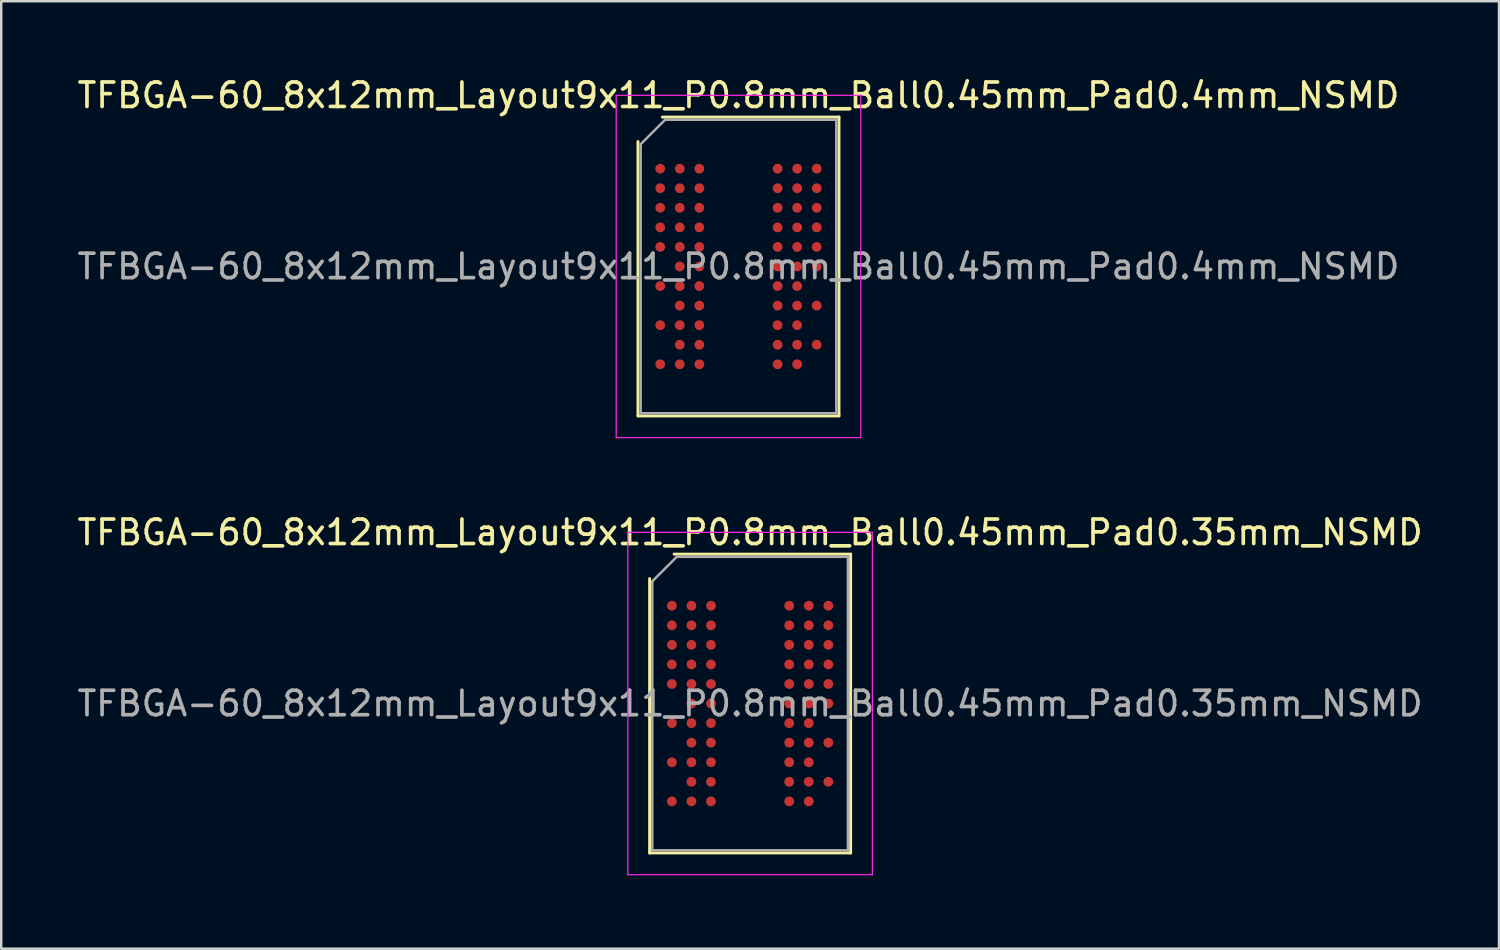
<source format=kicad_pcb>
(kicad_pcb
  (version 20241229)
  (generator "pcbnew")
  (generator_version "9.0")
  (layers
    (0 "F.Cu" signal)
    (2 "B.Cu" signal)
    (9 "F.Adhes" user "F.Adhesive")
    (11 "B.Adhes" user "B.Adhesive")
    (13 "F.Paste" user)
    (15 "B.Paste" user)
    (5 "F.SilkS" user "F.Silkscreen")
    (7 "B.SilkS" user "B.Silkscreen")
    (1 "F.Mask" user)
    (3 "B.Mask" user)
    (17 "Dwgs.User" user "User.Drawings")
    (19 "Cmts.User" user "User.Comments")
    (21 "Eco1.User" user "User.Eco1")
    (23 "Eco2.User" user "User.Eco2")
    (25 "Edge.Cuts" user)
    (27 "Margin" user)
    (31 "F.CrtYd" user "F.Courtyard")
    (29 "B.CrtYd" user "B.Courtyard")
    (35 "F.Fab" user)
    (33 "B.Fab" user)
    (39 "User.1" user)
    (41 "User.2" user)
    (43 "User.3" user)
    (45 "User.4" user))
  (footprint "TFBGA-60_8x12mm_Layout9x11_P0.8mm_Ball0.45mm_Pad0.35mm_NSMD"
    (layer "F.Cu")
    (at 27.625 25.721)
    (property "Reference" "TFBGA-60_8x12mm_Layout9x11_P0.8mm_Ball0.45mm_Pad0.35mm_NSMD" (at 0 -7 0) (layer "F.SilkS") (effects (font (size 1 1) (thickness 0.15))))
    (attr smd)
    (fp_line (start -4.11 6.11) (end -4.11 -5.11) (stroke (width 0.12) (type solid)) (layer "F.SilkS"))
    (fp_line (start -3.11 -6.11) (end 4.11 -6.11) (stroke (width 0.12) (type solid)) (layer "F.SilkS"))
    (fp_line (start 4.11 -6.11) (end 4.11 6.11) (stroke (width 0.12) (type solid)) (layer "F.SilkS"))
    (fp_line (start 4.11 6.11) (end -4.11 6.11) (stroke (width 0.12) (type solid)) (layer "F.SilkS"))
    (fp_line (start -5 -7) (end -5 7) (stroke (width 0.05) (type solid)) (layer "F.CrtYd"))
    (fp_line (start -5 7) (end 5 7) (stroke (width 0.05) (type solid)) (layer "F.CrtYd"))
    (fp_line (start 5 -7) (end -5 -7) (stroke (width 0.05) (type solid)) (layer "F.CrtYd"))
    (fp_line (start 5 7) (end 5 -7) (stroke (width 0.05) (type solid)) (layer "F.CrtYd"))
    (fp_line (start -4 -5) (end -3 -6) (stroke (width 0.1) (type solid)) (layer "F.Fab"))
    (fp_line (start -4 6) (end -4 -5) (stroke (width 0.1) (type solid)) (layer "F.Fab"))
    (fp_line (start -3 -6) (end 4 -6) (stroke (width 0.1) (type solid)) (layer "F.Fab"))
    (fp_line (start 4 -6) (end 4 6) (stroke (width 0.1) (type solid)) (layer "F.Fab"))
    (fp_line (start 4 6) (end -4 6) (stroke (width 0.1) (type solid)) (layer "F.Fab"))
    (fp_text user "${REFERENCE}" (at 0 0 0) (layer "F.Fab") (effects (font (size 1 1) (thickness 0.15))))
    (pad "A1" smd circle (at -3.2 -4) (size 0.4 0.4) (layers "F.Cu" "F.Mask" "F.Paste"))
    (pad "A2" smd circle (at -2.4 -4) (size 0.4 0.4) (layers "F.Cu" "F.Mask" "F.Paste"))
    (pad "A3" smd circle (at -1.6 -4) (size 0.4 0.4) (layers "F.Cu" "F.Mask" "F.Paste"))
    (pad "A7" smd circle (at 1.6 -4) (size 0.4 0.4) (layers "F.Cu" "F.Mask" "F.Paste"))
    (pad "A8" smd circle (at 2.4 -4) (size 0.4 0.4) (layers "F.Cu" "F.Mask" "F.Paste"))
    (pad "A9" smd circle (at 3.2 -4) (size 0.4 0.4) (layers "F.Cu" "F.Mask" "F.Paste"))
    (pad "B1" smd circle (at -3.2 -3.2) (size 0.4 0.4) (layers "F.Cu" "F.Mask" "F.Paste"))
    (pad "B2" smd circle (at -2.4 -3.2) (size 0.4 0.4) (layers "F.Cu" "F.Mask" "F.Paste"))
    (pad "B3" smd circle (at -1.6 -3.2) (size 0.4 0.4) (layers "F.Cu" "F.Mask" "F.Paste"))
    (pad "B7" smd circle (at 1.6 -3.2) (size 0.4 0.4) (layers "F.Cu" "F.Mask" "F.Paste"))
    (pad "B8" smd circle (at 2.4 -3.2) (size 0.4 0.4) (layers "F.Cu" "F.Mask" "F.Paste"))
    (pad "B9" smd circle (at 3.2 -3.2) (size 0.4 0.4) (layers "F.Cu" "F.Mask" "F.Paste"))
    (pad "C1" smd circle (at -3.2 -2.4) (size 0.4 0.4) (layers "F.Cu" "F.Mask" "F.Paste"))
    (pad "C2" smd circle (at -2.4 -2.4) (size 0.4 0.4) (layers "F.Cu" "F.Mask" "F.Paste"))
    (pad "C3" smd circle (at -1.6 -2.4) (size 0.4 0.4) (layers "F.Cu" "F.Mask" "F.Paste"))
    (pad "C7" smd circle (at 1.6 -2.4) (size 0.4 0.4) (layers "F.Cu" "F.Mask" "F.Paste"))
    (pad "C8" smd circle (at 2.4 -2.4) (size 0.4 0.4) (layers "F.Cu" "F.Mask" "F.Paste"))
    (pad "C9" smd circle (at 3.2 -2.4) (size 0.4 0.4) (layers "F.Cu" "F.Mask" "F.Paste"))
    (pad "D1" smd circle (at -3.2 -1.6) (size 0.4 0.4) (layers "F.Cu" "F.Mask" "F.Paste"))
    (pad "D2" smd circle (at -2.4 -1.6) (size 0.4 0.4) (layers "F.Cu" "F.Mask" "F.Paste"))
    (pad "D3" smd circle (at -1.6 -1.6) (size 0.4 0.4) (layers "F.Cu" "F.Mask" "F.Paste"))
    (pad "D7" smd circle (at 1.6 -1.6) (size 0.4 0.4) (layers "F.Cu" "F.Mask" "F.Paste"))
    (pad "D8" smd circle (at 2.4 -1.6) (size 0.4 0.4) (layers "F.Cu" "F.Mask" "F.Paste"))
    (pad "D9" smd circle (at 3.2 -1.6) (size 0.4 0.4) (layers "F.Cu" "F.Mask" "F.Paste"))
    (pad "E1" smd circle (at -3.2 -0.8) (size 0.4 0.4) (layers "F.Cu" "F.Mask" "F.Paste"))
    (pad "E2" smd circle (at -2.4 -0.8) (size 0.4 0.4) (layers "F.Cu" "F.Mask" "F.Paste"))
    (pad "E3" smd circle (at -1.6 -0.8) (size 0.4 0.4) (layers "F.Cu" "F.Mask" "F.Paste"))
    (pad "E7" smd circle (at 1.6 -0.8) (size 0.4 0.4) (layers "F.Cu" "F.Mask" "F.Paste"))
    (pad "E8" smd circle (at 2.4 -0.8) (size 0.4 0.4) (layers "F.Cu" "F.Mask" "F.Paste"))
    (pad "E9" smd circle (at 3.2 -0.8) (size 0.4 0.4) (layers "F.Cu" "F.Mask" "F.Paste"))
    (pad "F2" smd circle (at -2.4 0) (size 0.4 0.4) (layers "F.Cu" "F.Mask" "F.Paste"))
    (pad "F3" smd circle (at -1.6 0) (size 0.4 0.4) (layers "F.Cu" "F.Mask" "F.Paste"))
    (pad "F7" smd circle (at 1.6 0) (size 0.4 0.4) (layers "F.Cu" "F.Mask" "F.Paste"))
    (pad "F8" smd circle (at 2.4 0) (size 0.4 0.4) (layers "F.Cu" "F.Mask" "F.Paste"))
    (pad "F9" smd circle (at 3.2 0) (size 0.4 0.4) (layers "F.Cu" "F.Mask" "F.Paste"))
    (pad "G1" smd circle (at -3.2 0.8) (size 0.4 0.4) (layers "F.Cu" "F.Mask" "F.Paste"))
    (pad "G2" smd circle (at -2.4 0.8) (size 0.4 0.4) (layers "F.Cu" "F.Mask" "F.Paste"))
    (pad "G3" smd circle (at -1.6 0.8) (size 0.4 0.4) (layers "F.Cu" "F.Mask" "F.Paste"))
    (pad "G7" smd circle (at 1.6 0.8) (size 0.4 0.4) (layers "F.Cu" "F.Mask" "F.Paste"))
    (pad "G8" smd circle (at 2.4 0.8) (size 0.4 0.4) (layers "F.Cu" "F.Mask" "F.Paste"))
    (pad "H2" smd circle (at -2.4 1.6) (size 0.4 0.4) (layers "F.Cu" "F.Mask" "F.Paste"))
    (pad "H3" smd circle (at -1.6 1.6) (size 0.4 0.4) (layers "F.Cu" "F.Mask" "F.Paste"))
    (pad "H7" smd circle (at 1.6 1.6) (size 0.4 0.4) (layers "F.Cu" "F.Mask" "F.Paste"))
    (pad "H8" smd circle (at 2.4 1.6) (size 0.4 0.4) (layers "F.Cu" "F.Mask" "F.Paste"))
    (pad "H9" smd circle (at 3.2 1.6) (size 0.4 0.4) (layers "F.Cu" "F.Mask" "F.Paste"))
    (pad "J1" smd circle (at -3.2 2.4) (size 0.4 0.4) (layers "F.Cu" "F.Mask" "F.Paste"))
    (pad "J2" smd circle (at -2.4 2.4) (size 0.4 0.4) (layers "F.Cu" "F.Mask" "F.Paste"))
    (pad "J3" smd circle (at -1.6 2.4) (size 0.4 0.4) (layers "F.Cu" "F.Mask" "F.Paste"))
    (pad "J7" smd circle (at 1.6 2.4) (size 0.4 0.4) (layers "F.Cu" "F.Mask" "F.Paste"))
    (pad "J8" smd circle (at 2.4 2.4) (size 0.4 0.4) (layers "F.Cu" "F.Mask" "F.Paste"))
    (pad "K2" smd circle (at -2.4 3.2) (size 0.4 0.4) (layers "F.Cu" "F.Mask" "F.Paste"))
    (pad "K3" smd circle (at -1.6 3.2) (size 0.4 0.4) (layers "F.Cu" "F.Mask" "F.Paste"))
    (pad "K7" smd circle (at 1.6 3.2) (size 0.4 0.4) (layers "F.Cu" "F.Mask" "F.Paste"))
    (pad "K8" smd circle (at 2.4 3.2) (size 0.4 0.4) (layers "F.Cu" "F.Mask" "F.Paste"))
    (pad "K9" smd circle (at 3.2 3.2) (size 0.4 0.4) (layers "F.Cu" "F.Mask" "F.Paste"))
    (pad "L1" smd circle (at -3.2 4) (size 0.4 0.4) (layers "F.Cu" "F.Mask" "F.Paste"))
    (pad "L2" smd circle (at -2.4 4) (size 0.4 0.4) (layers "F.Cu" "F.Mask" "F.Paste"))
    (pad "L3" smd circle (at -1.6 4) (size 0.4 0.4) (layers "F.Cu" "F.Mask" "F.Paste"))
    (pad "L7" smd circle (at 1.6 4) (size 0.4 0.4) (layers "F.Cu" "F.Mask" "F.Paste"))
    (pad "L8" smd circle (at 2.4 4) (size 0.4 0.4) (layers "F.Cu" "F.Mask" "F.Paste")))
  (footprint "TFBGA-60_8x12mm_Layout9x11_P0.8mm_Ball0.45mm_Pad0.4mm_NSMD"
    (layer "F.Cu")
    (at 27.149 7.848)
    (property "Reference" "TFBGA-60_8x12mm_Layout9x11_P0.8mm_Ball0.45mm_Pad0.4mm_NSMD" (at 0 -7 0) (layer "F.SilkS") (effects (font (size 1 1) (thickness 0.15))))
    (attr smd)
    (fp_line (start -4.11 6.11) (end -4.11 -5.11) (stroke (width 0.12) (type solid)) (layer "F.SilkS"))
    (fp_line (start -3.11 -6.11) (end 4.11 -6.11) (stroke (width 0.12) (type solid)) (layer "F.SilkS"))
    (fp_line (start 4.11 -6.11) (end 4.11 6.11) (stroke (width 0.12) (type solid)) (layer "F.SilkS"))
    (fp_line (start 4.11 6.11) (end -4.11 6.11) (stroke (width 0.12) (type solid)) (layer "F.SilkS"))
    (fp_line (start -5 -7) (end -5 7) (stroke (width 0.05) (type solid)) (layer "F.CrtYd"))
    (fp_line (start -5 7) (end 5 7) (stroke (width 0.05) (type solid)) (layer "F.CrtYd"))
    (fp_line (start 5 -7) (end -5 -7) (stroke (width 0.05) (type solid)) (layer "F.CrtYd"))
    (fp_line (start 5 7) (end 5 -7) (stroke (width 0.05) (type solid)) (layer "F.CrtYd"))
    (fp_line (start -4 -5) (end -3 -6) (stroke (width 0.1) (type solid)) (layer "F.Fab"))
    (fp_line (start -4 6) (end -4 -5) (stroke (width 0.1) (type solid)) (layer "F.Fab"))
    (fp_line (start -3 -6) (end 4 -6) (stroke (width 0.1) (type solid)) (layer "F.Fab"))
    (fp_line (start 4 -6) (end 4 6) (stroke (width 0.1) (type solid)) (layer "F.Fab"))
    (fp_line (start 4 6) (end -4 6) (stroke (width 0.1) (type solid)) (layer "F.Fab"))
    (fp_text user "${REFERENCE}" (at 0 0 0) (layer "F.Fab") (effects (font (size 1 1) (thickness 0.15))))
    (pad "A1" smd circle (at -3.2 -4) (size 0.4 0.4) (layers "F.Cu" "F.Mask" "F.Paste"))
    (pad "A2" smd circle (at -2.4 -4) (size 0.4 0.4) (layers "F.Cu" "F.Mask" "F.Paste"))
    (pad "A3" smd circle (at -1.6 -4) (size 0.4 0.4) (layers "F.Cu" "F.Mask" "F.Paste"))
    (pad "A7" smd circle (at 1.6 -4) (size 0.4 0.4) (layers "F.Cu" "F.Mask" "F.Paste"))
    (pad "A8" smd circle (at 2.4 -4) (size 0.4 0.4) (layers "F.Cu" "F.Mask" "F.Paste"))
    (pad "A9" smd circle (at 3.2 -4) (size 0.4 0.4) (layers "F.Cu" "F.Mask" "F.Paste"))
    (pad "B1" smd circle (at -3.2 -3.2) (size 0.4 0.4) (layers "F.Cu" "F.Mask" "F.Paste"))
    (pad "B2" smd circle (at -2.4 -3.2) (size 0.4 0.4) (layers "F.Cu" "F.Mask" "F.Paste"))
    (pad "B3" smd circle (at -1.6 -3.2) (size 0.4 0.4) (layers "F.Cu" "F.Mask" "F.Paste"))
    (pad "B7" smd circle (at 1.6 -3.2) (size 0.4 0.4) (layers "F.Cu" "F.Mask" "F.Paste"))
    (pad "B8" smd circle (at 2.4 -3.2) (size 0.4 0.4) (layers "F.Cu" "F.Mask" "F.Paste"))
    (pad "B9" smd circle (at 3.2 -3.2) (size 0.4 0.4) (layers "F.Cu" "F.Mask" "F.Paste"))
    (pad "C1" smd circle (at -3.2 -2.4) (size 0.4 0.4) (layers "F.Cu" "F.Mask" "F.Paste"))
    (pad "C2" smd circle (at -2.4 -2.4) (size 0.4 0.4) (layers "F.Cu" "F.Mask" "F.Paste"))
    (pad "C3" smd circle (at -1.6 -2.4) (size 0.4 0.4) (layers "F.Cu" "F.Mask" "F.Paste"))
    (pad "C7" smd circle (at 1.6 -2.4) (size 0.4 0.4) (layers "F.Cu" "F.Mask" "F.Paste"))
    (pad "C8" smd circle (at 2.4 -2.4) (size 0.4 0.4) (layers "F.Cu" "F.Mask" "F.Paste"))
    (pad "C9" smd circle (at 3.2 -2.4) (size 0.4 0.4) (layers "F.Cu" "F.Mask" "F.Paste"))
    (pad "D1" smd circle (at -3.2 -1.6) (size 0.4 0.4) (layers "F.Cu" "F.Mask" "F.Paste"))
    (pad "D2" smd circle (at -2.4 -1.6) (size 0.4 0.4) (layers "F.Cu" "F.Mask" "F.Paste"))
    (pad "D3" smd circle (at -1.6 -1.6) (size 0.4 0.4) (layers "F.Cu" "F.Mask" "F.Paste"))
    (pad "D7" smd circle (at 1.6 -1.6) (size 0.4 0.4) (layers "F.Cu" "F.Mask" "F.Paste"))
    (pad "D8" smd circle (at 2.4 -1.6) (size 0.4 0.4) (layers "F.Cu" "F.Mask" "F.Paste"))
    (pad "D9" smd circle (at 3.2 -1.6) (size 0.4 0.4) (layers "F.Cu" "F.Mask" "F.Paste"))
    (pad "E1" smd circle (at -3.2 -0.8) (size 0.4 0.4) (layers "F.Cu" "F.Mask" "F.Paste"))
    (pad "E2" smd circle (at -2.4 -0.8) (size 0.4 0.4) (layers "F.Cu" "F.Mask" "F.Paste"))
    (pad "E3" smd circle (at -1.6 -0.8) (size 0.4 0.4) (layers "F.Cu" "F.Mask" "F.Paste"))
    (pad "E7" smd circle (at 1.6 -0.8) (size 0.4 0.4) (layers "F.Cu" "F.Mask" "F.Paste"))
    (pad "E8" smd circle (at 2.4 -0.8) (size 0.4 0.4) (layers "F.Cu" "F.Mask" "F.Paste"))
    (pad "E9" smd circle (at 3.2 -0.8) (size 0.4 0.4) (layers "F.Cu" "F.Mask" "F.Paste"))
    (pad "F2" smd circle (at -2.4 0) (size 0.4 0.4) (layers "F.Cu" "F.Mask" "F.Paste"))
    (pad "F3" smd circle (at -1.6 0) (size 0.4 0.4) (layers "F.Cu" "F.Mask" "F.Paste"))
    (pad "F7" smd circle (at 1.6 0) (size 0.4 0.4) (layers "F.Cu" "F.Mask" "F.Paste"))
    (pad "F8" smd circle (at 2.4 0) (size 0.4 0.4) (layers "F.Cu" "F.Mask" "F.Paste"))
    (pad "F9" smd circle (at 3.2 0) (size 0.4 0.4) (layers "F.Cu" "F.Mask" "F.Paste"))
    (pad "G1" smd circle (at -3.2 0.8) (size 0.4 0.4) (layers "F.Cu" "F.Mask" "F.Paste"))
    (pad "G2" smd circle (at -2.4 0.8) (size 0.4 0.4) (layers "F.Cu" "F.Mask" "F.Paste"))
    (pad "G3" smd circle (at -1.6 0.8) (size 0.4 0.4) (layers "F.Cu" "F.Mask" "F.Paste"))
    (pad "G7" smd circle (at 1.6 0.8) (size 0.4 0.4) (layers "F.Cu" "F.Mask" "F.Paste"))
    (pad "G8" smd circle (at 2.4 0.8) (size 0.4 0.4) (layers "F.Cu" "F.Mask" "F.Paste"))
    (pad "H2" smd circle (at -2.4 1.6) (size 0.4 0.4) (layers "F.Cu" "F.Mask" "F.Paste"))
    (pad "H3" smd circle (at -1.6 1.6) (size 0.4 0.4) (layers "F.Cu" "F.Mask" "F.Paste"))
    (pad "H7" smd circle (at 1.6 1.6) (size 0.4 0.4) (layers "F.Cu" "F.Mask" "F.Paste"))
    (pad "H8" smd circle (at 2.4 1.6) (size 0.4 0.4) (layers "F.Cu" "F.Mask" "F.Paste"))
    (pad "H9" smd circle (at 3.2 1.6) (size 0.4 0.4) (layers "F.Cu" "F.Mask" "F.Paste"))
    (pad "J1" smd circle (at -3.2 2.4) (size 0.4 0.4) (layers "F.Cu" "F.Mask" "F.Paste"))
    (pad "J2" smd circle (at -2.4 2.4) (size 0.4 0.4) (layers "F.Cu" "F.Mask" "F.Paste"))
    (pad "J3" smd circle (at -1.6 2.4) (size 0.4 0.4) (layers "F.Cu" "F.Mask" "F.Paste"))
    (pad "J7" smd circle (at 1.6 2.4) (size 0.4 0.4) (layers "F.Cu" "F.Mask" "F.Paste"))
    (pad "J8" smd circle (at 2.4 2.4) (size 0.4 0.4) (layers "F.Cu" "F.Mask" "F.Paste"))
    (pad "K2" smd circle (at -2.4 3.2) (size 0.4 0.4) (layers "F.Cu" "F.Mask" "F.Paste"))
    (pad "K3" smd circle (at -1.6 3.2) (size 0.4 0.4) (layers "F.Cu" "F.Mask" "F.Paste"))
    (pad "K7" smd circle (at 1.6 3.2) (size 0.4 0.4) (layers "F.Cu" "F.Mask" "F.Paste"))
    (pad "K8" smd circle (at 2.4 3.2) (size 0.4 0.4) (layers "F.Cu" "F.Mask" "F.Paste"))
    (pad "K9" smd circle (at 3.2 3.2) (size 0.4 0.4) (layers "F.Cu" "F.Mask" "F.Paste"))
    (pad "L1" smd circle (at -3.2 4) (size 0.4 0.4) (layers "F.Cu" "F.Mask" "F.Paste"))
    (pad "L2" smd circle (at -2.4 4) (size 0.4 0.4) (layers "F.Cu" "F.Mask" "F.Paste"))
    (pad "L3" smd circle (at -1.6 4) (size 0.4 0.4) (layers "F.Cu" "F.Mask" "F.Paste"))
    (pad "L7" smd circle (at 1.6 4) (size 0.4 0.4) (layers "F.Cu" "F.Mask" "F.Paste"))
    (pad "L8" smd circle (at 2.4 4) (size 0.4 0.4) (layers "F.Cu" "F.Mask" "F.Paste")))
  (gr_rect
    (start -3 -3)
    (end 58.25 35.746)
    (stroke (width 0.1) (type default))
    (fill no)
    (layer "Edge.Cuts")))
</source>
